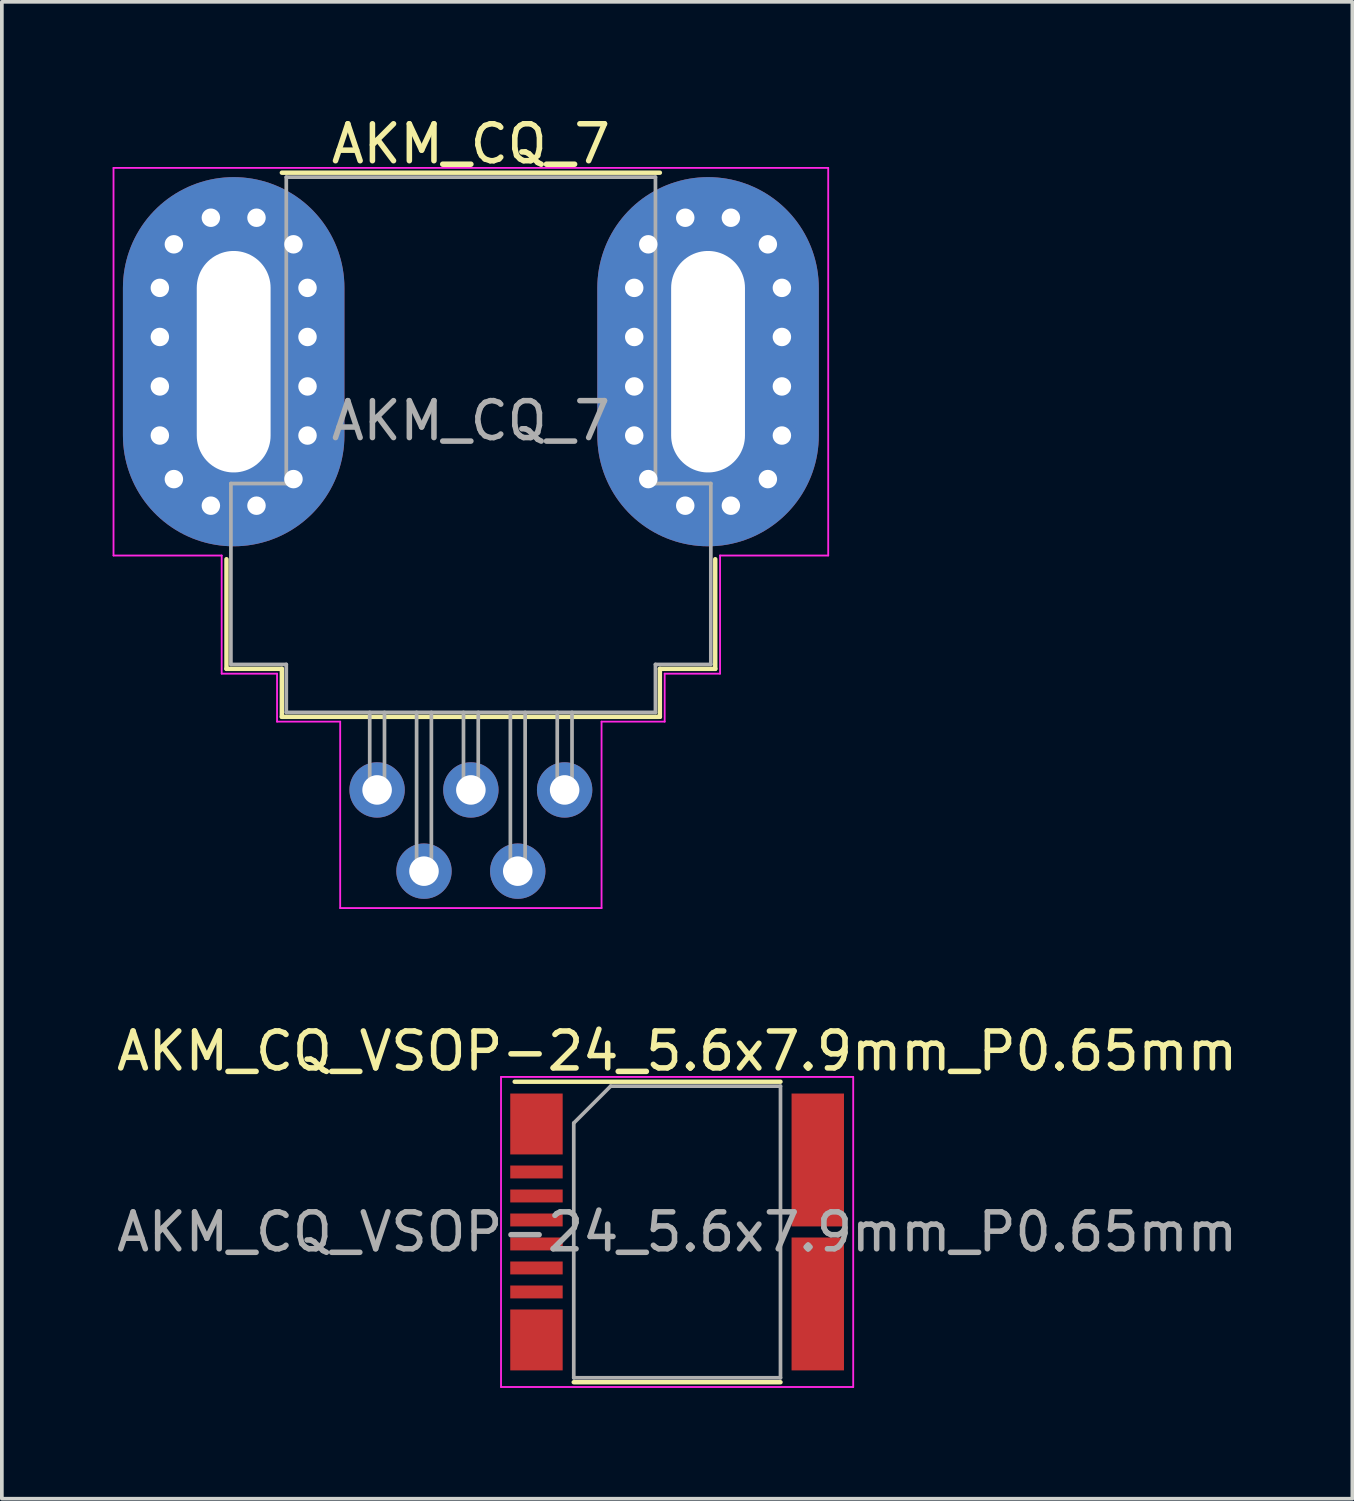
<source format=kicad_pcb>
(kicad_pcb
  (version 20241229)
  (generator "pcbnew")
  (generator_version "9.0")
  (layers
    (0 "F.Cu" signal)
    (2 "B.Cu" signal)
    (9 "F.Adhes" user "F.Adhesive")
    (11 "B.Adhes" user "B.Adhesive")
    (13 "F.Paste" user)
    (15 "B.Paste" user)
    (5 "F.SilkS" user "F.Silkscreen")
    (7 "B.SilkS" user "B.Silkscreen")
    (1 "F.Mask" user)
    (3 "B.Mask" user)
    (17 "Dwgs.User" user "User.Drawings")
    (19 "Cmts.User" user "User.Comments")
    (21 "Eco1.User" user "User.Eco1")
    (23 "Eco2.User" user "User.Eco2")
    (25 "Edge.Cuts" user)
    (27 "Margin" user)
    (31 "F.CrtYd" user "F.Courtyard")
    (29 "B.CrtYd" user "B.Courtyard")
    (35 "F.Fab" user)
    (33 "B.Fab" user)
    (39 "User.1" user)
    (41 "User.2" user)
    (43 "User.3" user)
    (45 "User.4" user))
  (footprint "AKM_CQ_7"
    (layer "F.Cu")
    (at 7.165 18.348)
    (property "Reference" "AKM_CQ_7" (at 2.54 -17.5 0) (layer "F.SilkS") (effects (font (size 1 1) (thickness 0.15))))
    (attr through_hole)
    (fp_line (start -4.08 -6.25) (end -4.08 -3.28) (stroke (width 0.12) (type solid)) (layer "F.SilkS"))
    (fp_line (start -2.58 -3.28) (end -4.08 -3.28) (stroke (width 0.12) (type solid)) (layer "F.SilkS"))
    (fp_line (start -2.58 -3.28) (end -2.58 -1.98) (stroke (width 0.12) (type solid)) (layer "F.SilkS"))
    (fp_line (start -2.58 -1.98) (end 7.66 -1.98) (stroke (width 0.12) (type solid)) (layer "F.SilkS"))
    (fp_line (start 7.66 -16.72) (end -2.58 -16.72) (stroke (width 0.12) (type solid)) (layer "F.SilkS"))
    (fp_line (start 7.66 -3.28) (end 7.66 -1.98) (stroke (width 0.12) (type solid)) (layer "F.SilkS"))
    (fp_line (start 7.66 -3.28) (end 9.16 -3.28) (stroke (width 0.12) (type solid)) (layer "F.SilkS"))
    (fp_line (start 9.16 -6.25) (end 9.16 -3.28) (stroke (width 0.12) (type solid)) (layer "F.SilkS"))
    (fp_line (start -7.14 -16.85) (end -7.14 -6.35) (stroke (width 0.05) (type solid)) (layer "F.CrtYd"))
    (fp_line (start -4.21 -6.35) (end -7.14 -6.35) (stroke (width 0.05) (type solid)) (layer "F.CrtYd"))
    (fp_line (start -4.21 -3.15) (end -4.21 -6.35) (stroke (width 0.05) (type solid)) (layer "F.CrtYd"))
    (fp_line (start -2.71 -3.15) (end -4.21 -3.15) (stroke (width 0.05) (type solid)) (layer "F.CrtYd"))
    (fp_line (start -2.71 -1.85) (end -2.71 -3.15) (stroke (width 0.05) (type solid)) (layer "F.CrtYd"))
    (fp_line (start -1 -1.85) (end -2.71 -1.85) (stroke (width 0.05) (type solid)) (layer "F.CrtYd"))
    (fp_line (start -1 3.2) (end -1 -1.85) (stroke (width 0.05) (type solid)) (layer "F.CrtYd"))
    (fp_line (start -1 3.2) (end 6.08 3.2) (stroke (width 0.05) (type solid)) (layer "F.CrtYd"))
    (fp_line (start 6.08 -1.85) (end 7.79 -1.85) (stroke (width 0.05) (type solid)) (layer "F.CrtYd"))
    (fp_line (start 6.08 3.2) (end 6.08 -1.85) (stroke (width 0.05) (type solid)) (layer "F.CrtYd"))
    (fp_line (start 7.79 -3.15) (end 9.29 -3.15) (stroke (width 0.05) (type solid)) (layer "F.CrtYd"))
    (fp_line (start 7.79 -1.85) (end 7.79 -3.15) (stroke (width 0.05) (type solid)) (layer "F.CrtYd"))
    (fp_line (start 9.29 -6.35) (end 12.22 -6.35) (stroke (width 0.05) (type solid)) (layer "F.CrtYd"))
    (fp_line (start 9.29 -3.15) (end 9.29 -6.35) (stroke (width 0.05) (type solid)) (layer "F.CrtYd"))
    (fp_line (start 12.22 -16.85) (end -7.14 -16.85) (stroke (width 0.05) (type solid)) (layer "F.CrtYd"))
    (fp_line (start 12.22 -16.85) (end 12.22 -6.35) (stroke (width 0.05) (type solid)) (layer "F.CrtYd"))
    (fp_line (start -3.96 -8.3) (end -3.96 -3.4) (stroke (width 0.1) (type solid)) (layer "F.Fab"))
    (fp_line (start -2.46 -16.6) (end -2.46 -8.3) (stroke (width 0.1) (type solid)) (layer "F.Fab"))
    (fp_line (start -2.46 -8.3) (end -3.96 -8.3) (stroke (width 0.1) (type solid)) (layer "F.Fab"))
    (fp_line (start -2.46 -3.4) (end -3.96 -3.4) (stroke (width 0.1) (type solid)) (layer "F.Fab"))
    (fp_line (start -2.46 -3.4) (end -2.46 -2.1) (stroke (width 0.1) (type solid)) (layer "F.Fab"))
    (fp_line (start -2.46 -2.1) (end 7.54 -2.1) (stroke (width 0.1) (type solid)) (layer "F.Fab"))
    (fp_line (start -0.2 -2.1) (end -0.2 0) (stroke (width 0.1) (type solid)) (layer "F.Fab"))
    (fp_line (start -0.2 0) (end 0.2 0) (stroke (width 0.1) (type solid)) (layer "F.Fab"))
    (fp_line (start 0.2 0) (end 0.2 -2.1) (stroke (width 0.1) (type solid)) (layer "F.Fab"))
    (fp_line (start 1.07 -2.1) (end 1.07 2.2) (stroke (width 0.1) (type solid)) (layer "F.Fab"))
    (fp_line (start 1.07 2.2) (end 1.47 2.2) (stroke (width 0.1) (type solid)) (layer "F.Fab"))
    (fp_line (start 1.47 2.2) (end 1.47 -2.1) (stroke (width 0.1) (type solid)) (layer "F.Fab"))
    (fp_line (start 2.34 -2.1) (end 2.34 0) (stroke (width 0.1) (type solid)) (layer "F.Fab"))
    (fp_line (start 2.34 0) (end 2.74 0) (stroke (width 0.1) (type solid)) (layer "F.Fab"))
    (fp_line (start 2.74 0) (end 2.74 -2.1) (stroke (width 0.1) (type solid)) (layer "F.Fab"))
    (fp_line (start 3.61 -2.1) (end 3.61 2.2) (stroke (width 0.1) (type solid)) (layer "F.Fab"))
    (fp_line (start 3.61 2.2) (end 4.01 2.2) (stroke (width 0.1) (type solid)) (layer "F.Fab"))
    (fp_line (start 4.01 2.2) (end 4.01 -2.1) (stroke (width 0.1) (type solid)) (layer "F.Fab"))
    (fp_line (start 4.88 -2.1) (end 4.88 0) (stroke (width 0.1) (type solid)) (layer "F.Fab"))
    (fp_line (start 4.88 0) (end 5.28 0) (stroke (width 0.1) (type solid)) (layer "F.Fab"))
    (fp_line (start 5.28 0) (end 5.28 -2.1) (stroke (width 0.1) (type solid)) (layer "F.Fab"))
    (fp_line (start 7.54 -16.6) (end -2.46 -16.6) (stroke (width 0.1) (type solid)) (layer "F.Fab"))
    (fp_line (start 7.54 -16.6) (end 7.54 -8.3) (stroke (width 0.1) (type solid)) (layer "F.Fab"))
    (fp_line (start 7.54 -8.3) (end 9.04 -8.3) (stroke (width 0.1) (type solid)) (layer "F.Fab"))
    (fp_line (start 7.54 -3.4) (end 7.54 -2.1) (stroke (width 0.1) (type solid)) (layer "F.Fab"))
    (fp_line (start 7.54 -3.4) (end 9.04 -3.4) (stroke (width 0.1) (type solid)) (layer "F.Fab"))
    (fp_line (start 9.04 -8.3) (end 9.04 -3.4) (stroke (width 0.1) (type solid)) (layer "F.Fab"))
    (fp_text user "${REFERENCE}" (at 2.54 -10 0) (layer "F.Fab") (effects (font (size 1 1) (thickness 0.15))))
    (pad "1" thru_hole circle (at 0 0) (size 1.5 1.5) (drill 0.8) (layers "*.Cu" "*.Mask"))
    (pad "2" thru_hole circle (at 1.27 2.2) (size 1.5 1.5) (drill 0.8) (layers "*.Cu" "*.Mask"))
    (pad "3" thru_hole circle (at 2.54 0) (size 1.5 1.5) (drill 0.8) (layers "*.Cu" "*.Mask"))
    (pad "4" thru_hole circle (at 3.81 2.2) (size 1.5 1.5) (drill 0.8) (layers "*.Cu" "*.Mask"))
    (pad "5" thru_hole circle (at 5.08 0) (size 1.5 1.5) (drill 0.8) (layers "*.Cu" "*.Mask"))
    (pad "6" thru_hole circle (at 6.965 -13.6) (size 0.8 0.8) (drill 0.5) (layers "*.Cu" "*.Mask"))
    (pad "6" thru_hole circle (at 6.965 -12.27) (size 0.8 0.8) (drill 0.5) (layers "*.Cu" "*.Mask"))
    (pad "6" thru_hole circle (at 6.965 -10.93) (size 0.8 0.8) (drill 0.5) (layers "*.Cu" "*.Mask"))
    (pad "6" thru_hole circle (at 6.965 -9.6) (size 0.8 0.8) (drill 0.5) (layers "*.Cu" "*.Mask"))
    (pad "6" thru_hole circle (at 7.345 -14.78) (size 0.8 0.8) (drill 0.5) (layers "*.Cu" "*.Mask"))
    (pad "6" thru_hole circle (at 7.345 -8.42) (size 0.8 0.8) (drill 0.5) (layers "*.Cu" "*.Mask"))
    (pad "6" thru_hole circle (at 8.347 -15.5) (size 0.8 0.8) (drill 0.5) (layers "*.Cu" "*.Mask"))
    (pad "6" thru_hole circle (at 8.347 -7.7) (size 0.8 0.8) (drill 0.5) (layers "*.Cu" "*.Mask"))
    (pad "6" thru_hole oval (at 8.965 -11.6) (size 6 10) (drill oval 2 6) (layers "*.Cu" "*.Mask"))
    (pad "6" thru_hole circle (at 9.583 -15.5) (size 0.8 0.8) (drill 0.5) (layers "*.Cu" "*.Mask"))
    (pad "6" thru_hole circle (at 9.583 -7.7) (size 0.8 0.8) (drill 0.5) (layers "*.Cu" "*.Mask"))
    (pad "6" thru_hole circle (at 10.585 -14.78) (size 0.8 0.8) (drill 0.5) (layers "*.Cu" "*.Mask"))
    (pad "6" thru_hole circle (at 10.585 -8.42) (size 0.8 0.8) (drill 0.5) (layers "*.Cu" "*.Mask"))
    (pad "6" thru_hole circle (at 10.965 -13.6) (size 0.8 0.8) (drill 0.5) (layers "*.Cu" "*.Mask"))
    (pad "6" thru_hole circle (at 10.965 -12.27) (size 0.8 0.8) (drill 0.5) (layers "*.Cu" "*.Mask"))
    (pad "6" thru_hole circle (at 10.965 -10.93) (size 0.8 0.8) (drill 0.5) (layers "*.Cu" "*.Mask"))
    (pad "6" thru_hole circle (at 10.965 -9.6) (size 0.8 0.8) (drill 0.5) (layers "*.Cu" "*.Mask"))
    (pad "7" thru_hole circle (at -5.885 -13.6) (size 0.8 0.8) (drill 0.5) (layers "*.Cu" "*.Mask"))
    (pad "7" thru_hole circle (at -5.885 -12.27) (size 0.8 0.8) (drill 0.5) (layers "*.Cu" "*.Mask"))
    (pad "7" thru_hole circle (at -5.885 -10.93) (size 0.8 0.8) (drill 0.5) (layers "*.Cu" "*.Mask"))
    (pad "7" thru_hole circle (at -5.885 -9.6) (size 0.8 0.8) (drill 0.5) (layers "*.Cu" "*.Mask"))
    (pad "7" thru_hole circle (at -5.505 -14.78) (size 0.8 0.8) (drill 0.5) (layers "*.Cu" "*.Mask"))
    (pad "7" thru_hole circle (at -5.505 -8.42) (size 0.8 0.8) (drill 0.5) (layers "*.Cu" "*.Mask"))
    (pad "7" thru_hole circle (at -4.503 -15.5) (size 0.8 0.8) (drill 0.5) (layers "*.Cu" "*.Mask"))
    (pad "7" thru_hole circle (at -4.503 -7.7) (size 0.8 0.8) (drill 0.5) (layers "*.Cu" "*.Mask"))
    (pad "7" thru_hole oval (at -3.885 -11.6) (size 6 10) (drill oval 2 6) (layers "*.Cu" "*.Mask"))
    (pad "7" thru_hole circle (at -3.267 -15.5) (size 0.8 0.8) (drill 0.5) (layers "*.Cu" "*.Mask"))
    (pad "7" thru_hole circle (at -3.267 -7.7) (size 0.8 0.8) (drill 0.5) (layers "*.Cu" "*.Mask"))
    (pad "7" thru_hole circle (at -2.265 -14.78) (size 0.8 0.8) (drill 0.5) (layers "*.Cu" "*.Mask"))
    (pad "7" thru_hole circle (at -2.265 -8.42) (size 0.8 0.8) (drill 0.5) (layers "*.Cu" "*.Mask"))
    (pad "7" thru_hole circle (at -1.885 -13.6) (size 0.8 0.8) (drill 0.5) (layers "*.Cu" "*.Mask"))
    (pad "7" thru_hole circle (at -1.885 -12.27) (size 0.8 0.8) (drill 0.5) (layers "*.Cu" "*.Mask"))
    (pad "7" thru_hole circle (at -1.885 -10.93) (size 0.8 0.8) (drill 0.5) (layers "*.Cu" "*.Mask"))
    (pad "7" thru_hole circle (at -1.885 -9.6) (size 0.8 0.8) (drill 0.5) (layers "*.Cu" "*.Mask")))
  (footprint "AKM_CQ_VSOP-24_5.6x7.9mm_P0.65mm"
    (layer "F.Cu")
    (at 15.292 30.322)
    (property "Reference" "AKM_CQ_VSOP-24_5.6x7.9mm_P0.65mm" (at 0 -4.9 0) (layer "F.SilkS") (effects (font (size 1 1) (thickness 0.15))))
    (attr smd)
    (fp_line (start 2.8 -4.07) (end -4.4 -4.07) (stroke (width 0.12) (type solid)) (layer "F.SilkS"))
    (fp_line (start 2.8 4.07) (end -2.8 4.07) (stroke (width 0.12) (type solid)) (layer "F.SilkS"))
    (fp_line (start -4.77 -4.2) (end 4.77 -4.2) (stroke (width 0.05) (type solid)) (layer "F.CrtYd"))
    (fp_line (start -4.77 4.2) (end -4.77 -4.2) (stroke (width 0.05) (type solid)) (layer "F.CrtYd"))
    (fp_line (start 4.77 -4.2) (end 4.77 4.2) (stroke (width 0.05) (type solid)) (layer "F.CrtYd"))
    (fp_line (start 4.77 4.2) (end -4.77 4.2) (stroke (width 0.05) (type solid)) (layer "F.CrtYd"))
    (fp_line (start -2.8 -2.95) (end -1.8 -3.95) (stroke (width 0.1) (type solid)) (layer "F.Fab"))
    (fp_line (start -2.8 3.95) (end -2.8 -2.95) (stroke (width 0.1) (type solid)) (layer "F.Fab"))
    (fp_line (start -1.8 -3.95) (end 2.8 -3.95) (stroke (width 0.1) (type solid)) (layer "F.Fab"))
    (fp_line (start 2.8 -3.95) (end 2.8 3.95) (stroke (width 0.1) (type solid)) (layer "F.Fab"))
    (fp_line (start 2.8 3.95) (end -2.8 3.95) (stroke (width 0.1) (type solid)) (layer "F.Fab"))
    (fp_text user "${REFERENCE}" (at 0 0 0) (layer "F.Fab") (effects (font (size 1 1) (thickness 0.15))))
    (pad "1" smd rect (at -3.81 -2.925) (size 1.42 1.65) (layers "F.Cu" "F.Mask" "F.Paste"))
    (pad "2" smd rect (at -3.81 -1.625) (size 1.42 0.35) (layers "F.Cu" "F.Mask" "F.Paste"))
    (pad "3" smd rect (at -3.81 -0.975) (size 1.42 0.35) (layers "F.Cu" "F.Mask" "F.Paste"))
    (pad "4" smd rect (at -3.81 -0.325) (size 1.42 0.35) (layers "F.Cu" "F.Mask" "F.Paste"))
    (pad "5" smd rect (at -3.81 0.325) (size 1.42 0.35) (layers "F.Cu" "F.Mask" "F.Paste"))
    (pad "6" smd rect (at -3.81 0.975) (size 1.42 0.35) (layers "F.Cu" "F.Mask" "F.Paste"))
    (pad "7" smd rect (at -3.81 1.625) (size 1.42 0.35) (layers "F.Cu" "F.Mask" "F.Paste"))
    (pad "8" smd rect (at -3.81 2.925) (size 1.42 1.65) (layers "F.Cu" "F.Mask" "F.Paste"))
    (pad "9" smd rect (at 3.81 1.95) (size 1.42 3.6) (layers "F.Cu" "F.Mask" "F.Paste"))
    (pad "10" smd rect (at 3.81 -1.95) (size 1.42 3.6) (layers "F.Cu" "F.Mask" "F.Paste")))
  (gr_rect
    (start -3 -3)
    (end 33.583 37.547)
    (stroke (width 0.1) (type default))
    (fill no)
    (layer "Edge.Cuts")))
</source>
